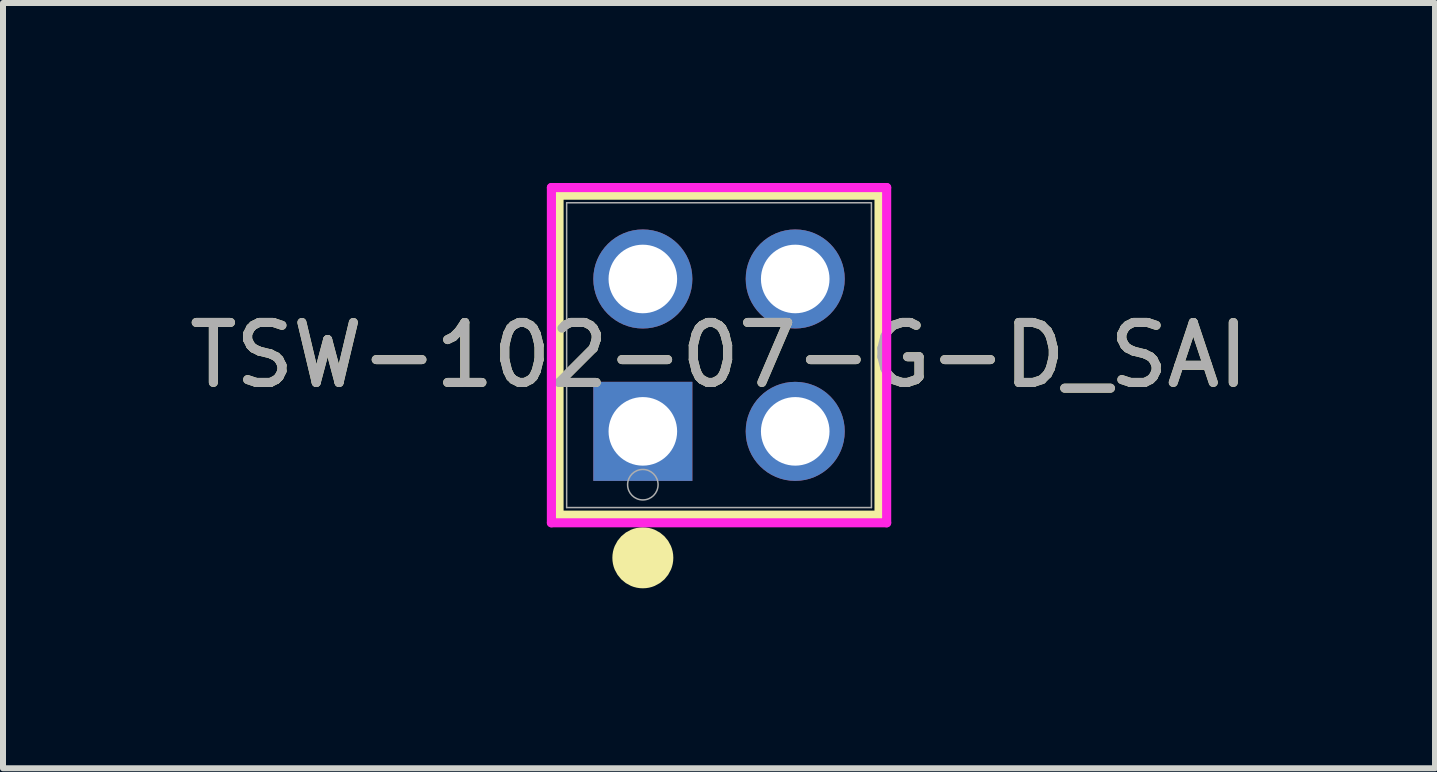
<source format=kicad_pcb>
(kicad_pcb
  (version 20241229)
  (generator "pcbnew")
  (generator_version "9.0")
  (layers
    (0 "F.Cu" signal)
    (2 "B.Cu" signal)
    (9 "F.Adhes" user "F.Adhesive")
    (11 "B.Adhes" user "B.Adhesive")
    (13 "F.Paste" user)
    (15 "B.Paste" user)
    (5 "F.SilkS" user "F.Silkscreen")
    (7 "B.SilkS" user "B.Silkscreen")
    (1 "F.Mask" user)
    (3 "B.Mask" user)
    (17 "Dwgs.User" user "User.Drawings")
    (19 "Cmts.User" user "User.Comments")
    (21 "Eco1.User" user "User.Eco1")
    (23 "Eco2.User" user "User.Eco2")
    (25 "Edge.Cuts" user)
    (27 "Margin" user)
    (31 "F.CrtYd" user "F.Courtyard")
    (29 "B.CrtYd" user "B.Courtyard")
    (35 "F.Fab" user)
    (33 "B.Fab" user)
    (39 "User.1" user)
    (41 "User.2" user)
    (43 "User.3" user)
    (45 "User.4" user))
  (footprint "TSW-102-07-G-D_SAI"
    (layer "F.Cu")
    (at 7.665 4.14)
    (property "Reference" "TSW-102-07-G-D_SAI" (at 1.27 -1.27 0) (unlocked yes) (layer "F.SilkS") (effects (font (size 1 1) (thickness 0.15))))
    (attr through_hole)
    (fp_line (start -1.397 -3.937) (end -1.397 1.397) (stroke (width 0.152) (type solid)) (layer "F.SilkS"))
    (fp_line (start -1.397 1.397) (end 3.937 1.397) (stroke (width 0.152) (type solid)) (layer "F.SilkS"))
    (fp_line (start 3.937 -3.937) (end -1.397 -3.937) (stroke (width 0.152) (type solid)) (layer "F.SilkS"))
    (fp_line (start 3.937 1.397) (end 3.937 -3.937) (stroke (width 0.152) (type solid)) (layer "F.SilkS"))
    (fp_circle (center 0 2.108) (end 0.254 2.108) (stroke (width 0.508) (type solid)) (fill no) (layer "F.SilkS"))
    (fp_line (start -1.524 -4.064) (end -1.524 1.524) (stroke (width 0.152) (type solid)) (layer "F.CrtYd"))
    (fp_line (start -1.524 1.524) (end 4.064 1.524) (stroke (width 0.152) (type solid)) (layer "F.CrtYd"))
    (fp_line (start 4.064 -4.064) (end -1.524 -4.064) (stroke (width 0.152) (type solid)) (layer "F.CrtYd"))
    (fp_line (start 4.064 1.524) (end 4.064 -4.064) (stroke (width 0.152) (type solid)) (layer "F.CrtYd"))
    (fp_line (start -1.27 -3.81) (end -1.27 1.27) (stroke (width 0.025) (type solid)) (layer "F.Fab"))
    (fp_line (start -1.27 1.27) (end 3.81 1.27) (stroke (width 0.025) (type solid)) (layer "F.Fab"))
    (fp_line (start 3.81 -3.81) (end -1.27 -3.81) (stroke (width 0.025) (type solid)) (layer "F.Fab"))
    (fp_line (start 3.81 1.27) (end 3.81 -3.81) (stroke (width 0.025) (type solid)) (layer "F.Fab"))
    (fp_circle (center 0 0.889) (end 0.254 0.889) (stroke (width 0.025) (type solid)) (fill no) (layer "F.Fab"))
    (fp_text user "${REFERENCE}" (at 1.27 -1.27 0) (unlocked yes) (layer "F.Fab") (effects (font (size 1 1) (thickness 0.15))))
    (pad "1" thru_hole rect (at 0 0) (size 1.651 1.651) (drill 1.143) (layers "*.Cu" "*.Mask"))
    (pad "2" thru_hole circle (at 0 -2.54) (size 1.651 1.651) (drill 1.143) (layers "*.Cu" "*.Mask"))
    (pad "3" thru_hole circle (at 2.54 0) (size 1.651 1.651) (drill 1.143) (layers "*.Cu" "*.Mask"))
    (pad "4" thru_hole circle (at 2.54 -2.54) (size 1.651 1.651) (drill 1.143) (layers "*.Cu" "*.Mask")))
  (gr_rect
    (start -3 -3)
    (end 20.869 9.756)
    (stroke (width 0.1) (type default))
    (fill no)
    (layer "Edge.Cuts")))
</source>
